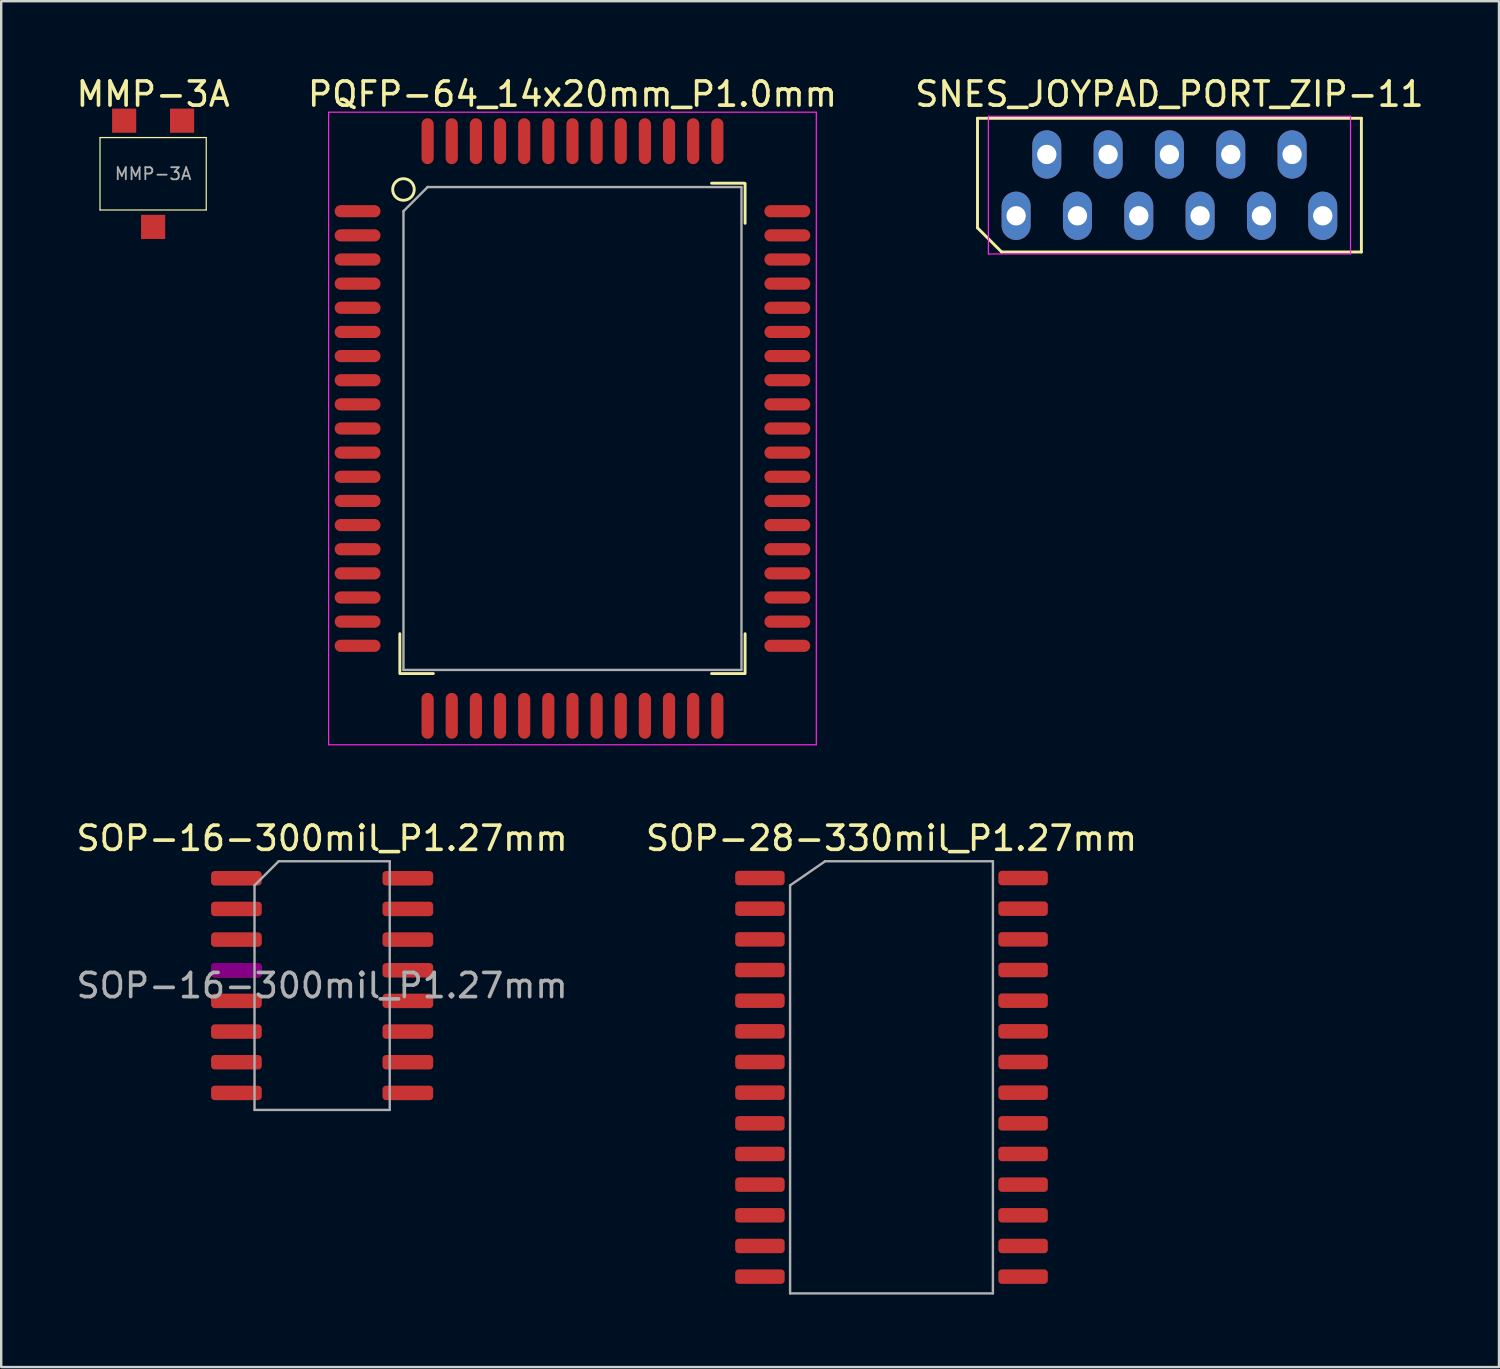
<source format=kicad_pcb>
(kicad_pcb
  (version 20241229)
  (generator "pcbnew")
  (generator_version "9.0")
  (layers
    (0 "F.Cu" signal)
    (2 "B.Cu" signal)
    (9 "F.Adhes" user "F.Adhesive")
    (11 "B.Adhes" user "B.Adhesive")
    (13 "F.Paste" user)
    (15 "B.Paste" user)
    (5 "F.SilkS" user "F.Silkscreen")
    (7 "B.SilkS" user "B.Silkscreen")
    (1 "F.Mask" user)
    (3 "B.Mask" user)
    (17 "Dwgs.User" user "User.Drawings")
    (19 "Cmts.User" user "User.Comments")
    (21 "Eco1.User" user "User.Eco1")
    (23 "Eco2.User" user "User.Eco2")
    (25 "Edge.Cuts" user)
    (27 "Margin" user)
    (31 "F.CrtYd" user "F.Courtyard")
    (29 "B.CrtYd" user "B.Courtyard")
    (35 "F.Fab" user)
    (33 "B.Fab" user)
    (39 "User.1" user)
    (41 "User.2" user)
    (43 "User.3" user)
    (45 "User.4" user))
  (footprint "MMP-3A"
    (layer "F.Cu")
    (at 3.292 4.148)
    (property "Reference" "MMP-3A" (at 0 -3.3 0) (layer "F.SilkS") (effects (font (size 1 1) (thickness 0.15))))
    (attr smd)
    (fp_line (start -2.2 -1.5) (end 2.2 -1.5) (stroke (width 0.05) (type solid)) (layer "F.SilkS"))
    (fp_line (start -2.2 1.5) (end -2.2 -1.5) (stroke (width 0.05) (type solid)) (layer "F.SilkS"))
    (fp_line (start 2.2 -1.5) (end 2.2 1.5) (stroke (width 0.05) (type solid)) (layer "F.SilkS"))
    (fp_line (start 2.2 1.5) (end -2.2 1.5) (stroke (width 0.05) (type solid)) (layer "F.SilkS"))
    (fp_text user "${REFERENCE}" (at 0 0 0) (layer "F.Fab") (effects (font (size 0.5 0.5) (thickness 0.075))))
    (pad "1" smd rect (at -1.2 -2.2 270) (size 1 1) (layers "F.Cu" "F.Mask" "F.Paste"))
    (pad "2" smd rect (at 0 2.2 270) (size 1 1) (layers "F.Cu" "F.Mask" "F.Paste"))
    (pad "3" smd rect (at 1.2 -2.2 270) (size 1 1) (layers "F.Cu" "F.Mask" "F.Paste")))
  (footprint "SOP-28-330mil_P1.27mm"
    (layer "F.Cu")
    (at 33.875 41.572)
    (property "Reference" "SOP-28-330mil_P1.27mm" (at 0 -9.9 0) (layer "F.SilkS") (effects (font (size 1 1) (thickness 0.15))))
    (attr smd)
    (fp_line (start -4.2 -7.95) (end -2.75 -8.95) (stroke (width 0.1) (type solid)) (layer "F.Fab"))
    (fp_line (start -4.2 8.95) (end -4.2 -7.95) (stroke (width 0.1) (type solid)) (layer "F.Fab"))
    (fp_line (start -2.75 -8.95) (end 4.2 -8.95) (stroke (width 0.1) (type solid)) (layer "F.Fab"))
    (fp_line (start 4.2 -8.95) (end 4.2 8.95) (stroke (width 0.1) (type solid)) (layer "F.Fab"))
    (fp_line (start 4.2 8.95) (end -4.2 8.95) (stroke (width 0.1) (type solid)) (layer "F.Fab"))
    (pad "1" smd roundrect (at -5.45 -8.255) (size 2.05 0.6) (layers "F.Cu" "F.Mask" "F.Paste") (roundrect_rratio 0.25))
    (pad "2" smd roundrect (at -5.45 -6.985) (size 2.05 0.6) (layers "F.Cu" "F.Mask" "F.Paste") (roundrect_rratio 0.25))
    (pad "3" smd roundrect (at -5.45 -5.715) (size 2.05 0.6) (layers "F.Cu" "F.Mask" "F.Paste") (roundrect_rratio 0.25))
    (pad "4" smd roundrect (at -5.45 -4.445) (size 2.05 0.6) (layers "F.Cu" "F.Mask" "F.Paste") (roundrect_rratio 0.25))
    (pad "5" smd roundrect (at -5.45 -3.175) (size 2.05 0.6) (layers "F.Cu" "F.Mask" "F.Paste") (roundrect_rratio 0.25))
    (pad "6" smd roundrect (at -5.45 -1.905) (size 2.05 0.6) (layers "F.Cu" "F.Mask" "F.Paste") (roundrect_rratio 0.25))
    (pad "7" smd roundrect (at -5.45 -0.635) (size 2.05 0.6) (layers "F.Cu" "F.Mask" "F.Paste") (roundrect_rratio 0.25))
    (pad "8" smd roundrect (at -5.45 0.635) (size 2.05 0.6) (layers "F.Cu" "F.Mask" "F.Paste") (roundrect_rratio 0.25))
    (pad "9" smd roundrect (at -5.45 1.905) (size 2.05 0.6) (layers "F.Cu" "F.Mask" "F.Paste") (roundrect_rratio 0.25))
    (pad "10" smd roundrect (at -5.45 3.175) (size 2.05 0.6) (layers "F.Cu" "F.Mask" "F.Paste") (roundrect_rratio 0.25))
    (pad "11" smd roundrect (at -5.45 4.445) (size 2.05 0.6) (layers "F.Cu" "F.Mask" "F.Paste") (roundrect_rratio 0.25))
    (pad "12" smd roundrect (at -5.45 5.715) (size 2.05 0.6) (layers "F.Cu" "F.Mask" "F.Paste") (roundrect_rratio 0.25))
    (pad "13" smd roundrect (at -5.45 6.985) (size 2.05 0.6) (layers "F.Cu" "F.Mask" "F.Paste") (roundrect_rratio 0.25))
    (pad "14" smd roundrect (at -5.45 8.255) (size 2.05 0.6) (layers "F.Cu" "F.Mask" "F.Paste") (roundrect_rratio 0.25))
    (pad "15" smd roundrect (at 5.45 8.255) (size 2.05 0.6) (layers "F.Cu" "F.Mask" "F.Paste") (roundrect_rratio 0.25))
    (pad "16" smd roundrect (at 5.45 6.985) (size 2.05 0.6) (layers "F.Cu" "F.Mask" "F.Paste") (roundrect_rratio 0.25))
    (pad "17" smd roundrect (at 5.45 5.715) (size 2.05 0.6) (layers "F.Cu" "F.Mask" "F.Paste") (roundrect_rratio 0.25))
    (pad "18" smd roundrect (at 5.45 4.445) (size 2.05 0.6) (layers "F.Cu" "F.Mask" "F.Paste") (roundrect_rratio 0.25))
    (pad "19" smd roundrect (at 5.45 3.175) (size 2.05 0.6) (layers "F.Cu" "F.Mask" "F.Paste") (roundrect_rratio 0.25))
    (pad "20" smd roundrect (at 5.45 1.905) (size 2.05 0.6) (layers "F.Cu" "F.Mask" "F.Paste") (roundrect_rratio 0.25))
    (pad "21" smd roundrect (at 5.45 0.635) (size 2.05 0.6) (layers "F.Cu" "F.Mask" "F.Paste") (roundrect_rratio 0.25))
    (pad "22" smd roundrect (at 5.45 -0.635) (size 2.05 0.6) (layers "F.Cu" "F.Mask" "F.Paste") (roundrect_rratio 0.25))
    (pad "23" smd roundrect (at 5.45 -1.905) (size 2.05 0.6) (layers "F.Cu" "F.Mask" "F.Paste") (roundrect_rratio 0.25))
    (pad "24" smd roundrect (at 5.45 -3.175) (size 2.05 0.6) (layers "F.Cu" "F.Mask" "F.Paste") (roundrect_rratio 0.25))
    (pad "25" smd roundrect (at 5.45 -4.445) (size 2.05 0.6) (layers "F.Cu" "F.Mask" "F.Paste") (roundrect_rratio 0.25))
    (pad "26" smd roundrect (at 5.45 -5.715) (size 2.05 0.6) (layers "F.Cu" "F.Mask" "F.Paste") (roundrect_rratio 0.25))
    (pad "27" smd roundrect (at 5.45 -6.985) (size 2.05 0.6) (layers "F.Cu" "F.Mask" "F.Paste") (roundrect_rratio 0.25))
    (pad "28" smd roundrect (at 5.45 -8.255) (size 2.05 0.6) (layers "F.Cu" "F.Mask" "F.Paste") (roundrect_rratio 0.25)))
  (footprint "SOP-16-300mil_P1.27mm"
    (layer "F.Cu")
    (at 10.292 37.772)
    (property "Reference" "SOP-16-300mil_P1.27mm" (at 0 -6.1 0) (layer "F.SilkS") (effects (font (size 1 1) (thickness 0.15))))
    (attr smd)
    (fp_line (start -2.8 -4.15) (end -1.8 -5.15) (stroke (width 0.1) (type solid)) (layer "F.Fab"))
    (fp_line (start -2.8 5.15) (end -2.8 -4.15) (stroke (width 0.1) (type solid)) (layer "F.Fab"))
    (fp_line (start -1.8 -5.15) (end 2.8 -5.15) (stroke (width 0.1) (type solid)) (layer "F.Fab"))
    (fp_line (start 2.8 -5.15) (end 2.8 5.15) (stroke (width 0.1) (type solid)) (layer "F.Fab"))
    (fp_line (start 2.8 5.15) (end -2.8 5.15) (stroke (width 0.1) (type solid)) (layer "F.Fab"))
    (fp_text user "${REFERENCE}" (at 0 0 0) (layer "F.Fab") (effects (font (size 1 1) (thickness 0.15))))
    (pad "1" smd roundrect (at -3.55 -4.445) (size 2.1 0.6) (layers "F.Cu" "F.Mask" "F.Paste") (roundrect_rratio 0.25))
    (pad "2" smd roundrect (at -3.55 -3.175) (size 2.1 0.6) (layers "F.Cu" "F.Mask" "F.Paste") (roundrect_rratio 0.25))
    (pad "3" smd roundrect (at -3.55 -1.905) (size 2.1 0.6) (layers "F.Cu" "F.Mask" "F.Paste") (roundrect_rratio 0.25))
    (pad "4" smd roundrect (at -3.55 -0.635) (size 2.1 0.6) (layers "F.Cu" "F.Mask" "F.Adhes" "F.Paste") (roundrect_rratio 0.25))
    (pad "5" smd roundrect (at -3.55 0.635) (size 2.1 0.6) (layers "*.Paste" "F.Cu" "F.Mask") (roundrect_rratio 0.25))
    (pad "6" smd roundrect (at -3.55 1.905) (size 2.1 0.6) (layers "F.Cu" "F.Mask" "F.Paste") (roundrect_rratio 0.25))
    (pad "7" smd roundrect (at -3.55 3.175) (size 2.1 0.6) (layers "F.Cu" "F.Mask" "F.Paste") (roundrect_rratio 0.25))
    (pad "8" smd roundrect (at -3.55 4.445) (size 2.1 0.6) (layers "F.Cu" "F.Mask" "F.Paste") (roundrect_rratio 0.25))
    (pad "9" smd roundrect (at 3.55 4.445) (size 2.1 0.6) (layers "F.Cu" "F.Mask" "F.Paste") (roundrect_rratio 0.25))
    (pad "10" smd roundrect (at 3.55 3.175) (size 2.1 0.6) (layers "F.Cu" "F.Mask" "F.Paste") (roundrect_rratio 0.25))
    (pad "11" smd roundrect (at 3.55 1.905) (size 2.1 0.6) (layers "F.Cu" "F.Mask" "F.Paste") (roundrect_rratio 0.25))
    (pad "12" smd roundrect (at 3.55 0.635) (size 2.1 0.6) (layers "F.Cu" "F.Mask" "F.Paste") (roundrect_rratio 0.25))
    (pad "13" smd roundrect (at 3.55 -0.635) (size 2.1 0.6) (layers "F.Cu" "F.Mask" "F.Paste") (roundrect_rratio 0.25))
    (pad "14" smd roundrect (at 3.55 -1.905) (size 2.1 0.6) (layers "F.Cu" "F.Mask" "F.Paste") (roundrect_rratio 0.25))
    (pad "15" smd roundrect (at 3.55 -3.175) (size 2.1 0.6) (layers "F.Cu" "F.Mask" "F.Paste") (roundrect_rratio 0.25))
    (pad "16" smd roundrect (at 3.55 -4.445) (size 2.1 0.6) (layers "F.Cu" "F.Mask" "F.Paste") (roundrect_rratio 0.25)))
  (footprint "SNES_JOYPAD_PORT_ZIP-11"
    (layer "F.Cu")
    (at 45.387 4.618)
    (property "Reference" "SNES_JOYPAD_PORT_ZIP-11" (at 0 -3.77 0) (layer "F.SilkS") (effects (font (size 1 1) (thickness 0.15))))
    (attr through_hole)
    (fp_line (start -7.95 -2.77) (end 7.95 -2.77) (stroke (width 0.12) (type solid)) (layer "F.SilkS"))
    (fp_line (start -7.95 1.77) (end -7.95 -2.77) (stroke (width 0.12) (type solid)) (layer "F.SilkS"))
    (fp_line (start -6.95 2.77) (end -7.95 1.77) (stroke (width 0.12) (type solid)) (layer "F.SilkS"))
    (fp_line (start 7.95 -2.77) (end 7.95 2.77) (stroke (width 0.12) (type solid)) (layer "F.SilkS"))
    (fp_line (start 7.95 2.77) (end -6.95 2.77) (stroke (width 0.12) (type solid)) (layer "F.SilkS"))
    (fp_line (start -7.5 -2.85) (end 7.5 -2.85) (stroke (width 0.05) (type solid)) (layer "F.CrtYd"))
    (fp_line (start -7.5 2.85) (end -7.5 -2.85) (stroke (width 0.05) (type solid)) (layer "F.CrtYd"))
    (fp_line (start 7.5 -2.85) (end 7.5 2.85) (stroke (width 0.05) (type solid)) (layer "F.CrtYd"))
    (fp_line (start 7.5 2.85) (end -7.5 2.85) (stroke (width 0.05) (type solid)) (layer "F.CrtYd"))
    (pad "1" thru_hole oval (at -6.35 1.27) (size 1.2 2) (drill 0.8) (layers "*.Cu" "*.Mask"))
    (pad "2" thru_hole oval (at -5.08 -1.27) (size 1.2 2) (drill 0.8) (layers "*.Cu" "*.Mask"))
    (pad "3" thru_hole oval (at -3.81 1.27) (size 1.2 2) (drill 0.8) (layers "*.Cu" "*.Mask"))
    (pad "4" thru_hole oval (at -2.54 -1.27) (size 1.2 2) (drill 0.8) (layers "*.Cu" "*.Mask"))
    (pad "5" thru_hole oval (at -1.27 1.27) (size 1.2 2) (drill 0.8) (layers "*.Cu" "*.Mask"))
    (pad "6" thru_hole oval (at 0 -1.27) (size 1.2 2) (drill 0.8) (layers "*.Cu" "*.Mask"))
    (pad "7" thru_hole oval (at 1.27 1.27) (size 1.2 2) (drill 0.8) (layers "*.Cu" "*.Mask"))
    (pad "8" thru_hole oval (at 2.54 -1.27) (size 1.2 2) (drill 0.8) (layers "*.Cu" "*.Mask"))
    (pad "9" thru_hole oval (at 3.81 1.27) (size 1.2 2) (drill 0.8) (layers "*.Cu" "*.Mask"))
    (pad "10" thru_hole oval (at 5.08 -1.27) (size 1.2 2) (drill 0.8) (layers "*.Cu" "*.Mask"))
    (pad "11" thru_hole oval (at 6.35 1.27) (size 1.2 2) (drill 0.8) (layers "*.Cu" "*.Mask")))
  (footprint "PQFP-64_14x20mm_P1.0mm"
    (layer "F.Cu")
    (at 20.661 14.698)
    (property "Reference" "PQFP-64_14x20mm_P1.0mm" (at 0 -13.85 0) (layer "F.SilkS") (effects (font (size 1 1) (thickness 0.15))))
    (attr smd)
    (fp_line (start -7.15 10.15) (end -7.15 8.5) (stroke (width 0.12) (type solid)) (layer "F.SilkS"))
    (fp_line (start -7.112 10.15) (end -5.762 10.15) (stroke (width 0.12) (type solid)) (layer "F.SilkS"))
    (fp_line (start 7.112 -10.16) (end 5.762 -10.16) (stroke (width 0.12) (type solid)) (layer "F.SilkS"))
    (fp_line (start 7.112 10.15) (end 5.762 10.15) (stroke (width 0.12) (type solid)) (layer "F.SilkS"))
    (fp_line (start 7.15 -10.15) (end 7.15 -8.5) (stroke (width 0.12) (type solid)) (layer "F.SilkS"))
    (fp_line (start 7.15 10.15) (end 7.15 8.5) (stroke (width 0.12) (type solid)) (layer "F.SilkS"))
    (fp_circle (center -7 -9.9) (end -6.8 -9.5) (stroke (width 0.12) (type solid)) (fill no) (layer "F.SilkS"))
    (fp_line (start -10.1 -13.1) (end 10.1 -13.1) (stroke (width 0.05) (type solid)) (layer "F.CrtYd"))
    (fp_line (start -10.1 13.1) (end -10.1 -13.1) (stroke (width 0.05) (type solid)) (layer "F.CrtYd"))
    (fp_line (start 10.1 -13.1) (end 10.1 13.1) (stroke (width 0.05) (type solid)) (layer "F.CrtYd"))
    (fp_line (start 10.1 13.1) (end -10.1 13.1) (stroke (width 0.05) (type solid)) (layer "F.CrtYd"))
    (fp_line (start -7 -9) (end -7 10) (stroke (width 0.1) (type solid)) (layer "F.Fab"))
    (fp_line (start -7 10) (end 7 10) (stroke (width 0.1) (type solid)) (layer "F.Fab"))
    (fp_line (start -6 -10) (end -7 -9) (stroke (width 0.1) (type solid)) (layer "F.Fab"))
    (fp_line (start 7 -10) (end -6 -10) (stroke (width 0.1) (type solid)) (layer "F.Fab"))
    (fp_line (start 7 10) (end 7 -10) (stroke (width 0.1) (type solid)) (layer "F.Fab"))
    (pad "1" smd oval (at -8.9 -9 90) (size 0.504 1.9) (layers "F.Cu" "F.Mask" "F.Paste"))
    (pad "2" smd oval (at -8.9 -8 90) (size 0.504 1.9) (layers "F.Cu" "F.Mask" "F.Paste"))
    (pad "3" smd oval (at -8.9 -7 90) (size 0.504 1.9) (layers "F.Cu" "F.Mask" "F.Paste"))
    (pad "4" smd oval (at -8.9 -6 90) (size 0.504 1.9) (layers "F.Cu" "F.Mask" "F.Paste"))
    (pad "5" smd oval (at -8.9 -5 90) (size 0.504 1.9) (layers "F.Cu" "F.Mask" "F.Paste"))
    (pad "6" smd oval (at -8.9 -4 90) (size 0.504 1.9) (layers "F.Cu" "F.Mask" "F.Paste"))
    (pad "7" smd oval (at -8.9 -3 90) (size 0.504 1.9) (layers "F.Cu" "F.Mask" "F.Paste"))
    (pad "8" smd oval (at -8.9 -2 90) (size 0.504 1.9) (layers "F.Cu" "F.Mask" "F.Paste"))
    (pad "9" smd oval (at -8.9 -1 90) (size 0.504 1.9) (layers "F.Cu" "F.Mask" "F.Paste"))
    (pad "10" smd oval (at -8.9 0 90) (size 0.504 1.9) (layers "F.Cu" "F.Mask" "F.Paste"))
    (pad "11" smd oval (at -8.9 1 90) (size 0.504 1.9) (layers "F.Cu" "F.Mask" "F.Paste"))
    (pad "12" smd oval (at -8.9 2 90) (size 0.504 1.9) (layers "F.Cu" "F.Mask" "F.Paste"))
    (pad "13" smd oval (at -8.9 3 90) (size 0.504 1.9) (layers "F.Cu" "F.Mask" "F.Paste"))
    (pad "14" smd oval (at -8.9 4 90) (size 0.504 1.9) (layers "F.Cu" "F.Mask" "F.Paste"))
    (pad "15" smd oval (at -8.9 5 90) (size 0.504 1.9) (layers "F.Cu" "F.Mask" "F.Paste"))
    (pad "16" smd oval (at -8.9 6 90) (size 0.504 1.9) (layers "F.Cu" "F.Mask" "F.Paste"))
    (pad "17" smd oval (at -8.9 7 90) (size 0.504 1.9) (layers "F.Cu" "F.Mask" "F.Paste"))
    (pad "18" smd oval (at -8.9 8 90) (size 0.504 1.9) (layers "F.Cu" "F.Mask" "F.Paste"))
    (pad "19" smd oval (at -8.9 9 90) (size 0.504 1.9) (layers "F.Cu" "F.Mask" "F.Paste"))
    (pad "20" smd oval (at -6 11.9) (size 0.504 1.9) (layers "F.Cu" "F.Mask" "F.Paste"))
    (pad "21" smd oval (at -5 11.9) (size 0.504 1.9) (layers "F.Cu" "F.Mask" "F.Paste"))
    (pad "22" smd oval (at -4 11.9) (size 0.504 1.9) (layers "F.Cu" "F.Mask" "F.Paste"))
    (pad "23" smd oval (at -3 11.9) (size 0.504 1.9) (layers "F.Cu" "F.Mask" "F.Paste"))
    (pad "24" smd oval (at -2 11.9) (size 0.504 1.9) (layers "F.Cu" "F.Mask" "F.Paste"))
    (pad "25" smd oval (at -1 11.9) (size 0.504 1.9) (layers "F.Cu" "F.Mask" "F.Paste"))
    (pad "26" smd oval (at 0 11.9) (size 0.504 1.9) (layers "F.Cu" "F.Mask" "F.Paste"))
    (pad "27" smd oval (at 1 11.9) (size 0.504 1.9) (layers "F.Cu" "F.Mask" "F.Paste"))
    (pad "28" smd oval (at 2 11.9) (size 0.504 1.9) (layers "F.Cu" "F.Mask" "F.Paste"))
    (pad "29" smd oval (at 3 11.9) (size 0.504 1.9) (layers "F.Cu" "F.Mask" "F.Paste"))
    (pad "30" smd oval (at 4 11.9) (size 0.504 1.9) (layers "F.Cu" "F.Mask" "F.Paste"))
    (pad "31" smd oval (at 5 11.9) (size 0.504 1.9) (layers "F.Cu" "F.Mask" "F.Paste"))
    (pad "32" smd oval (at 6 11.9) (size 0.504 1.9) (layers "F.Cu" "F.Mask" "F.Paste"))
    (pad "33" smd oval (at 8.9 9 90) (size 0.504 1.9) (layers "F.Cu" "F.Mask" "F.Paste"))
    (pad "34" smd oval (at 8.9 8 90) (size 0.504 1.9) (layers "F.Cu" "F.Mask" "F.Paste"))
    (pad "35" smd oval (at 8.9 7 90) (size 0.504 1.9) (layers "F.Cu" "F.Mask" "F.Paste"))
    (pad "36" smd oval (at 8.9 6 90) (size 0.504 1.9) (layers "F.Cu" "F.Mask" "F.Paste"))
    (pad "37" smd oval (at 8.9 5 90) (size 0.504 1.9) (layers "F.Cu" "F.Mask" "F.Paste"))
    (pad "38" smd oval (at 8.9 4 90) (size 0.504 1.9) (layers "F.Cu" "F.Mask" "F.Paste"))
    (pad "39" smd oval (at 8.9 3 90) (size 0.504 1.9) (layers "F.Cu" "F.Mask" "F.Paste"))
    (pad "40" smd oval (at 8.9 2 90) (size 0.504 1.9) (layers "F.Cu" "F.Mask" "F.Paste"))
    (pad "41" smd oval (at 8.9 1 90) (size 0.504 1.9) (layers "F.Cu" "F.Mask" "F.Paste"))
    (pad "42" smd oval (at 8.9 0 90) (size 0.504 1.9) (layers "F.Cu" "F.Mask" "F.Paste"))
    (pad "43" smd oval (at 8.9 -1 90) (size 0.504 1.9) (layers "F.Cu" "F.Mask" "F.Paste"))
    (pad "44" smd oval (at 8.9 -2 90) (size 0.504 1.9) (layers "F.Cu" "F.Mask" "F.Paste"))
    (pad "45" smd oval (at 8.9 -3 90) (size 0.504 1.9) (layers "F.Cu" "F.Mask" "F.Paste"))
    (pad "46" smd oval (at 8.9 -4 90) (size 0.504 1.9) (layers "F.Cu" "F.Mask" "F.Paste"))
    (pad "47" smd oval (at 8.9 -5 90) (size 0.504 1.9) (layers "F.Cu" "F.Mask" "F.Paste"))
    (pad "48" smd oval (at 8.9 -6 90) (size 0.504 1.9) (layers "F.Cu" "F.Mask" "F.Paste"))
    (pad "49" smd oval (at 8.9 -7 90) (size 0.504 1.9) (layers "F.Cu" "F.Mask" "F.Paste"))
    (pad "50" smd oval (at 8.9 -8 90) (size 0.504 1.9) (layers "F.Cu" "F.Mask" "F.Paste"))
    (pad "51" smd oval (at 8.9 -9 90) (size 0.504 1.9) (layers "F.Cu" "F.Mask" "F.Paste"))
    (pad "52" smd oval (at 6 -11.9) (size 0.504 1.9) (layers "F.Cu" "F.Mask" "F.Paste"))
    (pad "53" smd oval (at 5 -11.9) (size 0.504 1.9) (layers "F.Cu" "F.Mask" "F.Paste"))
    (pad "54" smd oval (at 4 -11.9) (size 0.504 1.9) (layers "F.Cu" "F.Mask" "F.Paste"))
    (pad "55" smd oval (at 3 -11.9) (size 0.504 1.9) (layers "F.Cu" "F.Mask" "F.Paste"))
    (pad "56" smd oval (at 2 -11.9) (size 0.504 1.9) (layers "F.Cu" "F.Mask" "F.Paste"))
    (pad "57" smd oval (at 1 -11.9) (size 0.504 1.9) (layers "F.Cu" "F.Mask" "F.Paste"))
    (pad "58" smd oval (at 0 -11.9) (size 0.504 1.9) (layers "F.Cu" "F.Mask" "F.Paste"))
    (pad "59" smd oval (at -1 -11.9) (size 0.504 1.9) (layers "F.Cu" "F.Mask" "F.Paste"))
    (pad "60" smd oval (at -2 -11.9) (size 0.504 1.9) (layers "F.Cu" "F.Mask" "F.Paste"))
    (pad "61" smd oval (at -3 -11.9) (size 0.504 1.9) (layers "F.Cu" "F.Mask" "F.Paste"))
    (pad "62" smd oval (at -4 -11.9) (size 0.504 1.9) (layers "F.Cu" "F.Mask" "F.Paste"))
    (pad "63" smd oval (at -5 -11.9) (size 0.504 1.9) (layers "F.Cu" "F.Mask" "F.Paste"))
    (pad "64" smd oval (at -6 -11.9) (size 0.504 1.9) (layers "F.Cu" "F.Mask" "F.Paste")))
  (gr_rect
    (start -3 -3)
    (end 59.036 53.572)
    (stroke (width 0.1) (type default))
    (fill no)
    (layer "Edge.Cuts")))
</source>
